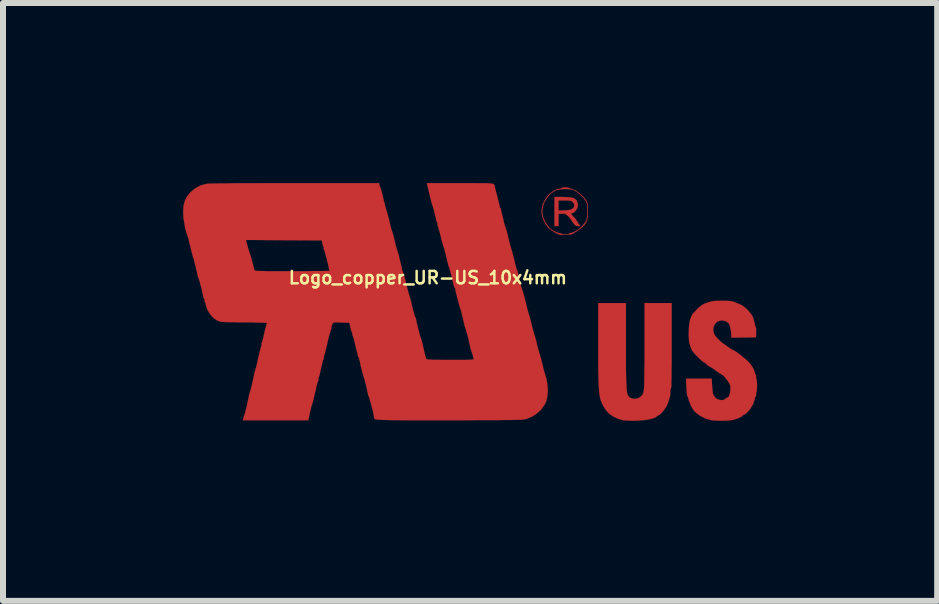
<source format=kicad_pcb>
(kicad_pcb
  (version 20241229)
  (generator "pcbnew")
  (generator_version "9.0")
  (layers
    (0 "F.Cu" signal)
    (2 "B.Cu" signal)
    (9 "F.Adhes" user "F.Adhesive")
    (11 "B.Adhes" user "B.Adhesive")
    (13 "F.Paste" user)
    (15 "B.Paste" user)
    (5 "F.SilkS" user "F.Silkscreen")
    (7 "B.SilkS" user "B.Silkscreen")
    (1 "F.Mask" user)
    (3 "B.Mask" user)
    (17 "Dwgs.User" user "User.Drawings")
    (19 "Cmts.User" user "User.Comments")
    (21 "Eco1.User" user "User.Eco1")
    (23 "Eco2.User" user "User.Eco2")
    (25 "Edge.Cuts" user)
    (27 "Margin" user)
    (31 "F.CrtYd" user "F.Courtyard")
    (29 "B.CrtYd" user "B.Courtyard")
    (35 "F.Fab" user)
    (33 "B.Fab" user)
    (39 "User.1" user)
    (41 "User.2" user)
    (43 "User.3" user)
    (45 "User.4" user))
  (footprint "Logo_copper_UR-US_10x4mm"
    (layer "F.Cu")
    (at 4.779 1.977)
    (property "Reference" "Logo_copper_UR-US_10x4mm" (at -0.7 -0.4 0) (layer "F.SilkS") (effects (font (size 0.206 0.206) (thickness 0.041))))
    (attr through_hole)
    (fp_poly (pts (xy 1.836 -1.27) (xy 1.829 -1.26) (xy 1.806 -1.26) (xy 1.778 -1.262) (xy 1.753 -1.275) (xy 1.748 -1.28) (xy 1.727 -1.306) (xy 1.709 -1.333) (xy 1.692 -1.361) (xy 1.664 -1.397) (xy 1.646 -1.417) (xy 1.615 -1.445) (xy 1.593 -1.46) (xy 1.567 -1.466) (xy 1.539 -1.466) (xy 1.478 -1.466) (xy 1.478 -1.364) (xy 1.478 -1.26) (xy 1.443 -1.26) (xy 1.41 -1.26) (xy 1.41 -1.501) (xy 1.41 -1.745) (xy 1.549 -1.745) (xy 1.626 -1.742) (xy 1.684 -1.737) (xy 1.727 -1.727) (xy 1.758 -1.709) (xy 1.778 -1.687) (xy 1.783 -1.676) (xy 1.801 -1.621) (xy 1.796 -1.57) (xy 1.768 -1.521) (xy 1.742 -1.496) (xy 1.742 -1.598) (xy 1.735 -1.631) (xy 1.717 -1.656) (xy 1.702 -1.671) (xy 1.684 -1.679) (xy 1.661 -1.684) (xy 1.626 -1.687) (xy 1.582 -1.687) (xy 1.478 -1.687) (xy 1.478 -1.603) (xy 1.478 -1.519) (xy 1.57 -1.521) (xy 1.618 -1.524) (xy 1.659 -1.529) (xy 1.687 -1.537) (xy 1.689 -1.537) (xy 1.727 -1.565) (xy 1.742 -1.598) (xy 1.742 -1.496) (xy 1.74 -1.494) (xy 1.712 -1.476) (xy 1.704 -1.473) (xy 1.692 -1.471) (xy 1.689 -1.463) (xy 1.697 -1.448) (xy 1.722 -1.422) (xy 1.727 -1.417) (xy 1.758 -1.382) (xy 1.783 -1.344) (xy 1.796 -1.326) (xy 1.808 -1.298) (xy 1.824 -1.283) (xy 1.826 -1.283) (xy 1.836 -1.273) (xy 1.836 -1.27)) (stroke (width 0.003) (type solid)) (fill yes) (layer "F.Cu"))
    (fp_poly (pts (xy 3.363 0.732) (xy 3.363 0.897) (xy 3.363 1.039) (xy 3.36 1.158) (xy 3.36 1.257) (xy 3.358 1.333) (xy 3.358 1.392) (xy 3.355 1.43) (xy 3.35 1.448) (xy 3.35 1.45) (xy 3.343 1.466) (xy 3.34 1.494) (xy 3.34 1.506) (xy 3.34 1.539) (xy 3.338 1.567) (xy 3.338 1.572) (xy 3.33 1.59) (xy 3.32 1.626) (xy 3.31 1.664) (xy 3.277 1.745) (xy 3.223 1.821) (xy 3.18 1.867) (xy 3.157 1.885) (xy 3.139 1.895) (xy 3.124 1.902) (xy 3.114 1.913) (xy 3.099 1.925) (xy 3.066 1.938) (xy 3.023 1.953) (xy 3.015 1.953) (xy 2.957 1.966) (xy 2.883 1.976) (xy 2.799 1.981) (xy 2.713 1.984) (xy 2.634 1.981) (xy 2.568 1.976) (xy 2.56 1.976) (xy 2.494 1.958) (xy 2.428 1.933) (xy 2.365 1.897) (xy 2.316 1.862) (xy 2.273 1.814) (xy 2.23 1.75) (xy 2.197 1.684) (xy 2.177 1.631) (xy 2.169 1.595) (xy 2.162 1.554) (xy 2.156 1.506) (xy 2.151 1.448) (xy 2.146 1.379) (xy 2.144 1.298) (xy 2.141 1.204) (xy 2.139 1.092) (xy 2.139 0.963) (xy 2.139 0.813) (xy 2.139 0.665) (xy 2.139 0.023) (xy 2.37 0.023) (xy 2.601 0.023) (xy 2.601 0.701) (xy 2.601 0.864) (xy 2.601 1.006) (xy 2.601 1.128) (xy 2.603 1.232) (xy 2.606 1.318) (xy 2.609 1.387) (xy 2.611 1.445) (xy 2.616 1.488) (xy 2.621 1.524) (xy 2.626 1.547) (xy 2.634 1.565) (xy 2.637 1.567) (xy 2.667 1.6) (xy 2.713 1.615) (xy 2.761 1.618) (xy 2.812 1.605) (xy 2.852 1.577) (xy 2.855 1.575) (xy 2.875 1.552) (xy 2.888 1.524) (xy 2.898 1.483) (xy 2.901 1.46) (xy 2.903 1.435) (xy 2.906 1.387) (xy 2.906 1.321) (xy 2.908 1.24) (xy 2.908 1.146) (xy 2.911 1.039) (xy 2.911 0.922) (xy 2.911 0.8) (xy 2.911 0.701) (xy 2.911 0.023) (xy 3.137 0.023) (xy 3.363 0.023) (xy 3.363 0.732)) (stroke (width 0.003) (type solid)) (fill yes) (layer "F.Cu"))
    (fp_poly (pts (xy 1.968 -1.511) (xy 1.966 -1.435) (xy 1.958 -1.372) (xy 1.958 -1.499) (xy 1.958 -1.506) (xy 1.956 -1.565) (xy 1.956 -1.605) (xy 1.951 -1.633) (xy 1.943 -1.656) (xy 1.93 -1.681) (xy 1.925 -1.687) (xy 1.892 -1.732) (xy 1.844 -1.781) (xy 1.791 -1.824) (xy 1.74 -1.854) (xy 1.732 -1.859) (xy 1.687 -1.872) (xy 1.626 -1.877) (xy 1.56 -1.877) (xy 1.494 -1.869) (xy 1.44 -1.857) (xy 1.427 -1.852) (xy 1.354 -1.806) (xy 1.293 -1.742) (xy 1.245 -1.664) (xy 1.214 -1.575) (xy 1.206 -1.496) (xy 1.219 -1.415) (xy 1.252 -1.333) (xy 1.303 -1.26) (xy 1.321 -1.237) (xy 1.356 -1.206) (xy 1.402 -1.176) (xy 1.448 -1.156) (xy 1.486 -1.143) (xy 1.494 -1.143) (xy 1.519 -1.138) (xy 1.532 -1.13) (xy 1.544 -1.125) (xy 1.575 -1.12) (xy 1.587 -1.12) (xy 1.621 -1.123) (xy 1.643 -1.128) (xy 1.646 -1.13) (xy 1.661 -1.14) (xy 1.679 -1.143) (xy 1.717 -1.153) (xy 1.763 -1.176) (xy 1.814 -1.209) (xy 1.862 -1.25) (xy 1.902 -1.295) (xy 1.925 -1.328) (xy 1.941 -1.354) (xy 1.948 -1.377) (xy 1.953 -1.405) (xy 1.956 -1.445) (xy 1.958 -1.499) (xy 1.958 -1.372) (xy 1.938 -1.321) (xy 1.908 -1.275) (xy 1.862 -1.232) (xy 1.798 -1.186) (xy 1.783 -1.173) (xy 1.74 -1.148) (xy 1.709 -1.13) (xy 1.679 -1.12) (xy 1.641 -1.118) (xy 1.615 -1.115) (xy 1.57 -1.113) (xy 1.529 -1.113) (xy 1.504 -1.115) (xy 1.501 -1.115) (xy 1.463 -1.13) (xy 1.412 -1.156) (xy 1.361 -1.189) (xy 1.318 -1.224) (xy 1.3 -1.24) (xy 1.26 -1.298) (xy 1.224 -1.367) (xy 1.201 -1.443) (xy 1.196 -1.468) (xy 1.196 -1.542) (xy 1.214 -1.621) (xy 1.25 -1.697) (xy 1.298 -1.765) (xy 1.318 -1.788) (xy 1.364 -1.824) (xy 1.412 -1.854) (xy 1.46 -1.875) (xy 1.499 -1.882) (xy 1.521 -1.887) (xy 1.532 -1.895) (xy 1.547 -1.902) (xy 1.577 -1.905) (xy 1.61 -1.905) (xy 1.641 -1.9) (xy 1.648 -1.895) (xy 1.674 -1.887) (xy 1.707 -1.875) (xy 1.714 -1.872) (xy 1.755 -1.857) (xy 1.801 -1.826) (xy 1.849 -1.788) (xy 1.895 -1.745) (xy 1.93 -1.704) (xy 1.943 -1.681) (xy 1.956 -1.656) (xy 1.963 -1.628) (xy 1.966 -1.59) (xy 1.968 -1.539) (xy 1.968 -1.511)) (stroke (width 0.003) (type solid)) (fill yes) (layer "F.Cu"))
    (fp_poly (pts (xy 4.785 1.417) (xy 4.783 1.458) (xy 4.78 1.491) (xy 4.775 1.506) (xy 4.77 1.521) (xy 4.77 1.539) (xy 4.77 1.565) (xy 4.763 1.577) (xy 4.752 1.593) (xy 4.75 1.605) (xy 4.747 1.628) (xy 4.735 1.661) (xy 4.724 1.694) (xy 4.707 1.73) (xy 4.681 1.77) (xy 4.651 1.811) (xy 4.618 1.847) (xy 4.592 1.872) (xy 4.572 1.882) (xy 4.569 1.882) (xy 4.552 1.892) (xy 4.544 1.9) (xy 4.531 1.913) (xy 4.501 1.928) (xy 4.46 1.946) (xy 4.455 1.948) (xy 4.415 1.961) (xy 4.379 1.971) (xy 4.336 1.976) (xy 4.282 1.981) (xy 4.229 1.981) (xy 4.168 1.984) (xy 4.112 1.981) (xy 4.064 1.979) (xy 4.034 1.976) (xy 3.929 1.948) (xy 3.838 1.902) (xy 3.762 1.844) (xy 3.729 1.808) (xy 3.706 1.773) (xy 3.683 1.73) (xy 3.663 1.681) (xy 3.647 1.638) (xy 3.64 1.608) (xy 3.635 1.587) (xy 3.627 1.58) (xy 3.622 1.567) (xy 3.617 1.534) (xy 3.612 1.481) (xy 3.609 1.43) (xy 3.602 1.283) (xy 3.815 1.283) (xy 4.031 1.283) (xy 4.036 1.402) (xy 4.041 1.455) (xy 4.046 1.501) (xy 4.051 1.537) (xy 4.056 1.549) (xy 4.077 1.58) (xy 4.097 1.605) (xy 4.117 1.621) (xy 4.128 1.623) (xy 4.14 1.626) (xy 4.143 1.628) (xy 4.158 1.636) (xy 4.183 1.641) (xy 4.211 1.638) (xy 4.234 1.636) (xy 4.242 1.628) (xy 4.252 1.618) (xy 4.27 1.61) (xy 4.298 1.595) (xy 4.318 1.575) (xy 4.331 1.537) (xy 4.341 1.488) (xy 4.343 1.438) (xy 4.338 1.392) (xy 4.336 1.387) (xy 4.323 1.361) (xy 4.303 1.328) (xy 4.277 1.293) (xy 4.252 1.26) (xy 4.229 1.237) (xy 4.216 1.224) (xy 4.204 1.219) (xy 4.176 1.201) (xy 4.14 1.176) (xy 4.117 1.161) (xy 4.074 1.13) (xy 4.031 1.102) (xy 4 1.082) (xy 3.99 1.077) (xy 3.96 1.059) (xy 3.942 1.039) (xy 3.94 1.039) (xy 3.924 1.021) (xy 3.912 1.016) (xy 3.896 1.008) (xy 3.868 0.988) (xy 3.833 0.955) (xy 3.797 0.919) (xy 3.754 0.876) (xy 3.724 0.841) (xy 3.703 0.813) (xy 3.688 0.78) (xy 3.675 0.744) (xy 3.663 0.704) (xy 3.653 0.663) (xy 3.65 0.617) (xy 3.647 0.559) (xy 3.647 0.526) (xy 3.65 0.434) (xy 3.658 0.361) (xy 3.67 0.3) (xy 3.693 0.241) (xy 3.698 0.229) (xy 3.719 0.198) (xy 3.754 0.16) (xy 3.792 0.119) (xy 3.835 0.081) (xy 3.873 0.053) (xy 3.901 0.038) (xy 3.934 0.025) (xy 3.957 0.015) (xy 3.983 0.008) (xy 3.993 0.005) (xy 4.013 0) (xy 4.028 -0.005) (xy 4.049 -0.01) (xy 4.089 -0.013) (xy 4.14 -0.015) (xy 4.196 -0.015) (xy 4.255 -0.015) (xy 4.305 -0.013) (xy 4.348 -0.01) (xy 4.371 -0.005) (xy 4.374 -0.005) (xy 4.394 0) (xy 4.404 0.005) (xy 4.425 0.013) (xy 4.46 0.028) (xy 4.498 0.043) (xy 4.521 0.053) (xy 4.554 0.074) (xy 4.595 0.107) (xy 4.638 0.147) (xy 4.674 0.191) (xy 4.702 0.229) (xy 4.707 0.236) (xy 4.719 0.267) (xy 4.732 0.31) (xy 4.74 0.345) (xy 4.75 0.386) (xy 4.757 0.414) (xy 4.765 0.427) (xy 4.77 0.442) (xy 4.77 0.472) (xy 4.77 0.513) (xy 4.768 0.594) (xy 4.562 0.597) (xy 4.356 0.599) (xy 4.356 0.538) (xy 4.351 0.49) (xy 4.341 0.439) (xy 4.336 0.417) (xy 4.321 0.376) (xy 4.303 0.351) (xy 4.277 0.333) (xy 4.219 0.312) (xy 4.168 0.315) (xy 4.12 0.335) (xy 4.084 0.373) (xy 4.061 0.422) (xy 4.056 0.47) (xy 4.061 0.511) (xy 4.079 0.554) (xy 4.112 0.597) (xy 4.158 0.645) (xy 4.224 0.699) (xy 4.3 0.754) (xy 4.338 0.78) (xy 4.369 0.798) (xy 4.387 0.808) (xy 4.389 0.808) (xy 4.404 0.815) (xy 4.435 0.833) (xy 4.473 0.861) (xy 4.516 0.894) (xy 4.559 0.93) (xy 4.6 0.963) (xy 4.633 0.993) (xy 4.638 0.998) (xy 4.676 1.041) (xy 4.707 1.085) (xy 4.729 1.125) (xy 4.74 1.156) (xy 4.74 1.158) (xy 4.745 1.176) (xy 4.755 1.206) (xy 4.757 1.206) (xy 4.768 1.237) (xy 4.77 1.26) (xy 4.77 1.262) (xy 4.77 1.283) (xy 4.775 1.288) (xy 4.78 1.303) (xy 4.783 1.333) (xy 4.785 1.374) (xy 4.785 1.417)) (stroke (width 0.003) (type solid)) (fill yes) (layer "F.Cu"))
    (fp_poly (pts (xy 1.3 1.466) (xy 1.293 1.567) (xy 1.273 1.661) (xy 1.247 1.714) (xy 1.189 1.796) (xy 1.115 1.864) (xy 1.031 1.918) (xy 0.94 1.953) (xy 0.894 1.963) (xy 0.871 1.966) (xy 0.826 1.968) (xy 0.759 1.968) (xy 0.676 1.971) (xy 0.572 1.971) (xy 0.45 1.974) (xy 0.312 1.974) (xy 0.157 1.974) (xy -0.008 1.976) (xy -0.188 1.976) (xy -0.366 1.976) (xy -0.561 1.976) (xy -0.734 1.976) (xy -0.886 1.976) (xy -1.021 1.976) (xy -1.135 1.976) (xy -1.234 1.974) (xy -1.318 1.974) (xy -1.389 1.971) (xy -1.445 1.971) (xy -1.491 1.968) (xy -1.524 1.966) (xy -1.552 1.963) (xy -1.57 1.958) (xy -1.582 1.956) (xy -1.59 1.951) (xy -1.593 1.946) (xy -1.595 1.938) (xy -1.595 1.93) (xy -1.598 1.91) (xy -1.605 1.872) (xy -1.615 1.824) (xy -1.631 1.768) (xy -1.643 1.712) (xy -1.659 1.661) (xy -1.671 1.618) (xy -1.679 1.59) (xy -1.681 1.587) (xy -1.694 1.56) (xy -1.699 1.539) (xy -1.699 1.537) (xy -1.702 1.519) (xy -1.709 1.483) (xy -1.72 1.435) (xy -1.732 1.384) (xy -1.745 1.336) (xy -1.755 1.293) (xy -1.765 1.262) (xy -1.768 1.252) (xy -1.775 1.229) (xy -1.788 1.186) (xy -1.803 1.128) (xy -1.821 1.057) (xy -1.836 0.98) (xy -1.839 0.978) (xy -1.847 0.942) (xy -1.857 0.919) (xy -1.862 0.912) (xy -1.869 0.902) (xy -1.869 0.892) (xy -1.872 0.864) (xy -1.875 0.853) (xy -1.88 0.836) (xy -1.89 0.803) (xy -1.902 0.754) (xy -1.913 0.704) (xy -1.925 0.65) (xy -1.938 0.605) (xy -1.948 0.572) (xy -1.956 0.556) (xy -1.961 0.538) (xy -1.958 0.533) (xy -1.958 0.518) (xy -1.961 0.518) (xy -1.968 0.505) (xy -1.979 0.475) (xy -1.989 0.437) (xy -1.989 0.432) (xy -2.007 0.351) (xy -2.146 0.348) (xy -2.205 0.345) (xy -2.245 0.345) (xy -2.271 0.351) (xy -2.289 0.363) (xy -2.296 0.384) (xy -2.306 0.419) (xy -2.311 0.455) (xy -2.322 0.493) (xy -2.329 0.521) (xy -2.332 0.526) (xy -2.332 -0.516) (xy -2.344 -0.531) (xy -2.347 -0.538) (xy -2.349 -0.559) (xy -2.357 -0.594) (xy -2.367 -0.643) (xy -2.38 -0.696) (xy -2.393 -0.749) (xy -2.408 -0.798) (xy -2.418 -0.836) (xy -2.426 -0.859) (xy -2.428 -0.861) (xy -2.436 -0.884) (xy -2.433 -0.894) (xy -2.433 -0.909) (xy -2.436 -0.912) (xy -2.443 -0.922) (xy -2.451 -0.947) (xy -2.456 -0.968) (xy -2.466 -1.021) (xy -3.099 -1.024) (xy -3.731 -1.029) (xy -3.701 -0.914) (xy -3.688 -0.866) (xy -3.675 -0.828) (xy -3.668 -0.803) (xy -3.665 -0.798) (xy -3.658 -0.782) (xy -3.65 -0.754) (xy -3.642 -0.726) (xy -3.63 -0.676) (xy -3.614 -0.622) (xy -3.609 -0.599) (xy -3.599 -0.561) (xy -3.592 -0.533) (xy -3.586 -0.521) (xy -3.581 -0.518) (xy -3.566 -0.516) (xy -3.538 -0.513) (xy -3.5 -0.511) (xy -3.444 -0.511) (xy -3.373 -0.508) (xy -3.284 -0.508) (xy -3.178 -0.508) (xy -3.048 -0.508) (xy -2.949 -0.508) (xy -2.832 -0.508) (xy -2.723 -0.508) (xy -2.621 -0.511) (xy -2.532 -0.511) (xy -2.456 -0.511) (xy -2.398 -0.513) (xy -2.355 -0.513) (xy -2.334 -0.516) (xy -2.332 -0.516) (xy -2.332 0.526) (xy -2.334 0.531) (xy -2.339 0.544) (xy -2.347 0.574) (xy -2.36 0.62) (xy -2.372 0.678) (xy -2.38 0.716) (xy -2.395 0.777) (xy -2.408 0.831) (xy -2.418 0.871) (xy -2.428 0.897) (xy -2.431 0.902) (xy -2.436 0.917) (xy -2.436 0.927) (xy -2.433 0.947) (xy -2.438 0.955) (xy -2.443 0.968) (xy -2.454 1.001) (xy -2.464 1.046) (xy -2.477 1.102) (xy -2.479 1.107) (xy -2.492 1.163) (xy -2.502 1.212) (xy -2.512 1.245) (xy -2.52 1.262) (xy -2.525 1.283) (xy -2.522 1.29) (xy -2.525 1.311) (xy -2.527 1.321) (xy -2.535 1.336) (xy -2.545 1.369) (xy -2.558 1.417) (xy -2.57 1.476) (xy -2.576 1.501) (xy -2.591 1.562) (xy -2.603 1.618) (xy -2.614 1.661) (xy -2.621 1.687) (xy -2.624 1.692) (xy -2.631 1.714) (xy -2.642 1.75) (xy -2.652 1.798) (xy -2.657 1.819) (xy -2.67 1.869) (xy -2.677 1.913) (xy -2.685 1.943) (xy -2.687 1.951) (xy -2.692 1.976) (xy -3.236 1.976) (xy -3.782 1.976) (xy -3.772 1.938) (xy -3.764 1.908) (xy -3.757 1.89) (xy -3.752 1.875) (xy -3.741 1.841) (xy -3.731 1.793) (xy -3.716 1.735) (xy -3.703 1.671) (xy -3.688 1.605) (xy -3.68 1.56) (xy -3.673 1.529) (xy -3.665 1.509) (xy -3.665 1.506) (xy -3.658 1.494) (xy -3.65 1.458) (xy -3.637 1.412) (xy -3.625 1.354) (xy -3.617 1.323) (xy -3.604 1.26) (xy -3.592 1.204) (xy -3.581 1.161) (xy -3.574 1.133) (xy -3.571 1.125) (xy -3.564 1.107) (xy -3.556 1.069) (xy -3.543 1.019) (xy -3.531 0.96) (xy -3.526 0.935) (xy -3.51 0.874) (xy -3.498 0.818) (xy -3.487 0.775) (xy -3.477 0.747) (xy -3.475 0.742) (xy -3.47 0.719) (xy -3.47 0.709) (xy -3.472 0.693) (xy -3.467 0.688) (xy -3.462 0.673) (xy -3.452 0.638) (xy -3.439 0.592) (xy -3.429 0.536) (xy -3.426 0.531) (xy -3.414 0.475) (xy -3.401 0.427) (xy -3.391 0.391) (xy -3.386 0.373) (xy -3.381 0.358) (xy -3.383 0.353) (xy -3.396 0.351) (xy -3.429 0.351) (xy -3.48 0.348) (xy -3.543 0.348) (xy -3.622 0.345) (xy -3.706 0.345) (xy -3.739 0.345) (xy -3.83 0.345) (xy -3.917 0.343) (xy -3.995 0.343) (xy -4.061 0.34) (xy -4.112 0.338) (xy -4.143 0.335) (xy -4.148 0.335) (xy -4.211 0.312) (xy -4.27 0.272) (xy -4.323 0.216) (xy -4.364 0.152) (xy -4.392 0.084) (xy -4.397 0.058) (xy -4.404 0.028) (xy -4.412 0.008) (xy -4.415 0.005) (xy -4.42 -0.008) (xy -4.417 -0.023) (xy -4.417 -0.041) (xy -4.425 -0.046) (xy -4.432 -0.056) (xy -4.442 -0.079) (xy -4.442 -0.081) (xy -4.45 -0.13) (xy -4.463 -0.183) (xy -4.475 -0.239) (xy -4.491 -0.29) (xy -4.501 -0.335) (xy -4.511 -0.368) (xy -4.519 -0.384) (xy -4.526 -0.404) (xy -4.536 -0.434) (xy -4.536 -0.437) (xy -4.547 -0.493) (xy -4.562 -0.551) (xy -4.575 -0.612) (xy -4.59 -0.665) (xy -4.6 -0.709) (xy -4.61 -0.737) (xy -4.613 -0.744) (xy -4.618 -0.765) (xy -4.628 -0.8) (xy -4.641 -0.851) (xy -4.656 -0.909) (xy -4.658 -0.925) (xy -4.674 -0.983) (xy -4.686 -1.039) (xy -4.699 -1.082) (xy -4.709 -1.11) (xy -4.709 -1.115) (xy -4.727 -1.166) (xy -4.745 -1.232) (xy -4.757 -1.308) (xy -4.77 -1.387) (xy -4.775 -1.458) (xy -4.778 -1.501) (xy -4.77 -1.598) (xy -4.75 -1.676) (xy -4.714 -1.75) (xy -4.658 -1.819) (xy -4.648 -1.829) (xy -4.572 -1.892) (xy -4.486 -1.938) (xy -4.389 -1.963) (xy -4.387 -1.963) (xy -4.364 -1.966) (xy -4.321 -1.968) (xy -4.252 -1.968) (xy -4.166 -1.971) (xy -4.056 -1.971) (xy -3.929 -1.974) (xy -3.782 -1.974) (xy -3.619 -1.974) (xy -3.439 -1.976) (xy -3.241 -1.976) (xy -3.028 -1.976) (xy -2.916 -1.976) (xy -1.514 -1.976) (xy -1.506 -1.943) (xy -1.499 -1.915) (xy -1.491 -1.9) (xy -1.483 -1.88) (xy -1.483 -1.877) (xy -1.478 -1.857) (xy -1.476 -1.849) (xy -1.471 -1.831) (xy -1.46 -1.796) (xy -1.45 -1.748) (xy -1.435 -1.692) (xy -1.433 -1.681) (xy -1.417 -1.623) (xy -1.405 -1.572) (xy -1.394 -1.532) (xy -1.387 -1.509) (xy -1.387 -1.506) (xy -1.379 -1.488) (xy -1.369 -1.45) (xy -1.356 -1.402) (xy -1.341 -1.344) (xy -1.339 -1.333) (xy -1.326 -1.275) (xy -1.313 -1.224) (xy -1.3 -1.186) (xy -1.293 -1.163) (xy -1.293 -1.161) (xy -1.285 -1.14) (xy -1.275 -1.105) (xy -1.262 -1.054) (xy -1.25 -0.998) (xy -1.247 -0.993) (xy -1.234 -0.937) (xy -1.219 -0.886) (xy -1.209 -0.848) (xy -1.201 -0.826) (xy -1.194 -0.805) (xy -1.184 -0.77) (xy -1.173 -0.721) (xy -1.161 -0.671) (xy -1.148 -0.622) (xy -1.138 -0.579) (xy -1.133 -0.551) (xy -1.133 -0.541) (xy -1.128 -0.523) (xy -1.115 -0.495) (xy -1.115 -0.493) (xy -1.105 -0.467) (xy -1.095 -0.424) (xy -1.079 -0.371) (xy -1.064 -0.312) (xy -1.062 -0.305) (xy -1.049 -0.249) (xy -1.036 -0.198) (xy -1.026 -0.16) (xy -1.021 -0.14) (xy -1.019 -0.137) (xy -1.011 -0.114) (xy -1.011 -0.109) (xy -1.003 -0.089) (xy -1.001 -0.079) (xy -0.996 -0.061) (xy -0.986 -0.028) (xy -0.975 0.018) (xy -0.965 0.064) (xy -0.953 0.114) (xy -0.94 0.16) (xy -0.932 0.193) (xy -0.927 0.206) (xy -0.922 0.231) (xy -0.922 0.239) (xy -0.917 0.251) (xy -0.912 0.254) (xy -0.902 0.262) (xy -0.902 0.272) (xy -0.897 0.29) (xy -0.892 0.325) (xy -0.879 0.373) (xy -0.869 0.427) (xy -0.853 0.478) (xy -0.841 0.528) (xy -0.831 0.566) (xy -0.823 0.589) (xy -0.82 0.594) (xy -0.815 0.61) (xy -0.805 0.643) (xy -0.792 0.688) (xy -0.78 0.747) (xy -0.772 0.775) (xy -0.759 0.833) (xy -0.747 0.886) (xy -0.734 0.927) (xy -0.726 0.95) (xy -0.724 0.955) (xy -0.716 0.96) (xy -0.696 0.963) (xy -0.66 0.965) (xy -0.612 0.968) (xy -0.546 0.968) (xy -0.462 0.97) (xy -0.356 0.97) (xy -0.32 0.97) (xy -0.216 0.97) (xy -0.13 0.97) (xy -0.064 0.97) (xy -0.015 0.968) (xy 0.018 0.965) (xy 0.043 0.965) (xy 0.056 0.96) (xy 0.064 0.958) (xy 0.064 0.953) (xy 0.064 0.95) (xy 0.056 0.925) (xy 0.051 0.894) (xy 0.041 0.866) (xy 0.033 0.848) (xy 0.028 0.833) (xy 0.018 0.8) (xy 0.005 0.754) (xy -0.005 0.699) (xy -0.01 0.681) (xy -0.023 0.622) (xy -0.036 0.572) (xy -0.046 0.533) (xy -0.053 0.511) (xy -0.053 0.508) (xy -0.061 0.485) (xy -0.061 0.478) (xy -0.069 0.46) (xy -0.076 0.434) (xy -0.086 0.409) (xy -0.091 0.391) (xy -0.094 0.373) (xy -0.102 0.338) (xy -0.112 0.292) (xy -0.124 0.241) (xy -0.137 0.191) (xy -0.147 0.147) (xy -0.157 0.119) (xy -0.16 0.109) (xy -0.168 0.089) (xy -0.178 0.051) (xy -0.191 0.003) (xy -0.206 -0.048) (xy -0.218 -0.102) (xy -0.231 -0.15) (xy -0.239 -0.188) (xy -0.241 -0.211) (xy -0.241 -0.213) (xy -0.246 -0.229) (xy -0.251 -0.229) (xy -0.257 -0.241) (xy -0.267 -0.267) (xy -0.274 -0.297) (xy -0.297 -0.391) (xy -0.315 -0.467) (xy -0.33 -0.523) (xy -0.34 -0.561) (xy -0.345 -0.572) (xy -0.353 -0.589) (xy -0.363 -0.627) (xy -0.376 -0.678) (xy -0.389 -0.734) (xy -0.391 -0.744) (xy -0.406 -0.803) (xy -0.419 -0.853) (xy -0.429 -0.894) (xy -0.437 -0.917) (xy -0.439 -0.917) (xy -0.445 -0.937) (xy -0.455 -0.975) (xy -0.47 -1.024) (xy -0.483 -1.082) (xy -0.485 -1.09) (xy -0.5 -1.148) (xy -0.513 -1.196) (xy -0.523 -1.234) (xy -0.531 -1.255) (xy -0.533 -1.255) (xy -0.541 -1.278) (xy -0.538 -1.285) (xy -0.538 -1.306) (xy -0.541 -1.313) (xy -0.549 -1.326) (xy -0.559 -1.359) (xy -0.569 -1.405) (xy -0.582 -1.455) (xy -0.594 -1.509) (xy -0.607 -1.554) (xy -0.617 -1.585) (xy -0.62 -1.6) (xy -0.63 -1.621) (xy -0.63 -1.623) (xy -0.635 -1.643) (xy -0.638 -1.651) (xy -0.643 -1.669) (xy -0.65 -1.702) (xy -0.663 -1.75) (xy -0.676 -1.803) (xy -0.688 -1.859) (xy -0.701 -1.913) (xy -0.711 -1.951) (xy -0.716 -1.976) (xy -0.165 -1.976) (xy -0.036 -1.976) (xy 0.069 -1.976) (xy 0.157 -1.974) (xy 0.229 -1.974) (xy 0.284 -1.974) (xy 0.328 -1.971) (xy 0.358 -1.968) (xy 0.378 -1.966) (xy 0.391 -1.963) (xy 0.399 -1.958) (xy 0.411 -1.938) (xy 0.414 -1.928) (xy 0.417 -1.902) (xy 0.419 -1.895) (xy 0.424 -1.877) (xy 0.434 -1.841) (xy 0.445 -1.796) (xy 0.457 -1.75) (xy 0.47 -1.699) (xy 0.48 -1.654) (xy 0.49 -1.623) (xy 0.493 -1.61) (xy 0.498 -1.59) (xy 0.498 -1.58) (xy 0.5 -1.562) (xy 0.505 -1.56) (xy 0.518 -1.549) (xy 0.518 -1.542) (xy 0.521 -1.521) (xy 0.528 -1.486) (xy 0.541 -1.438) (xy 0.554 -1.384) (xy 0.566 -1.331) (xy 0.579 -1.28) (xy 0.592 -1.242) (xy 0.599 -1.219) (xy 0.607 -1.199) (xy 0.617 -1.161) (xy 0.63 -1.113) (xy 0.643 -1.054) (xy 0.645 -1.044) (xy 0.66 -0.988) (xy 0.673 -0.937) (xy 0.683 -0.899) (xy 0.691 -0.879) (xy 0.691 -0.876) (xy 0.699 -0.859) (xy 0.706 -0.826) (xy 0.719 -0.775) (xy 0.734 -0.719) (xy 0.739 -0.699) (xy 0.752 -0.64) (xy 0.765 -0.589) (xy 0.775 -0.554) (xy 0.782 -0.533) (xy 0.785 -0.531) (xy 0.79 -0.518) (xy 0.798 -0.488) (xy 0.81 -0.447) (xy 0.823 -0.399) (xy 0.833 -0.351) (xy 0.843 -0.305) (xy 0.851 -0.272) (xy 0.853 -0.254) (xy 0.853 -0.251) (xy 0.859 -0.234) (xy 0.869 -0.206) (xy 0.871 -0.203) (xy 0.879 -0.178) (xy 0.892 -0.137) (xy 0.907 -0.084) (xy 0.922 -0.023) (xy 0.93 0.005) (xy 0.945 0.066) (xy 0.958 0.122) (xy 0.97 0.165) (xy 0.978 0.196) (xy 0.98 0.201) (xy 0.988 0.221) (xy 0.998 0.257) (xy 1.011 0.307) (xy 1.026 0.363) (xy 1.029 0.376) (xy 1.041 0.432) (xy 1.054 0.483) (xy 1.067 0.523) (xy 1.074 0.546) (xy 1.074 0.549) (xy 1.082 0.566) (xy 1.092 0.605) (xy 1.105 0.655) (xy 1.118 0.711) (xy 1.12 0.716) (xy 1.133 0.772) (xy 1.148 0.823) (xy 1.158 0.861) (xy 1.166 0.881) (xy 1.166 0.884) (xy 1.171 0.902) (xy 1.184 0.94) (xy 1.196 0.991) (xy 1.209 1.046) (xy 1.214 1.062) (xy 1.227 1.12) (xy 1.24 1.171) (xy 1.252 1.206) (xy 1.26 1.229) (xy 1.26 1.232) (xy 1.265 1.247) (xy 1.275 1.28) (xy 1.283 1.326) (xy 1.288 1.351) (xy 1.3 1.466)) (stroke (width 0.003) (type solid)) (fill yes) (layer "F.Cu")))
  (gr_rect
    (start -3 -3)
    (end 12.566 6.962)
    (stroke (width 0.1) (type default))
    (fill no)
    (layer "Edge.Cuts")))
</source>
